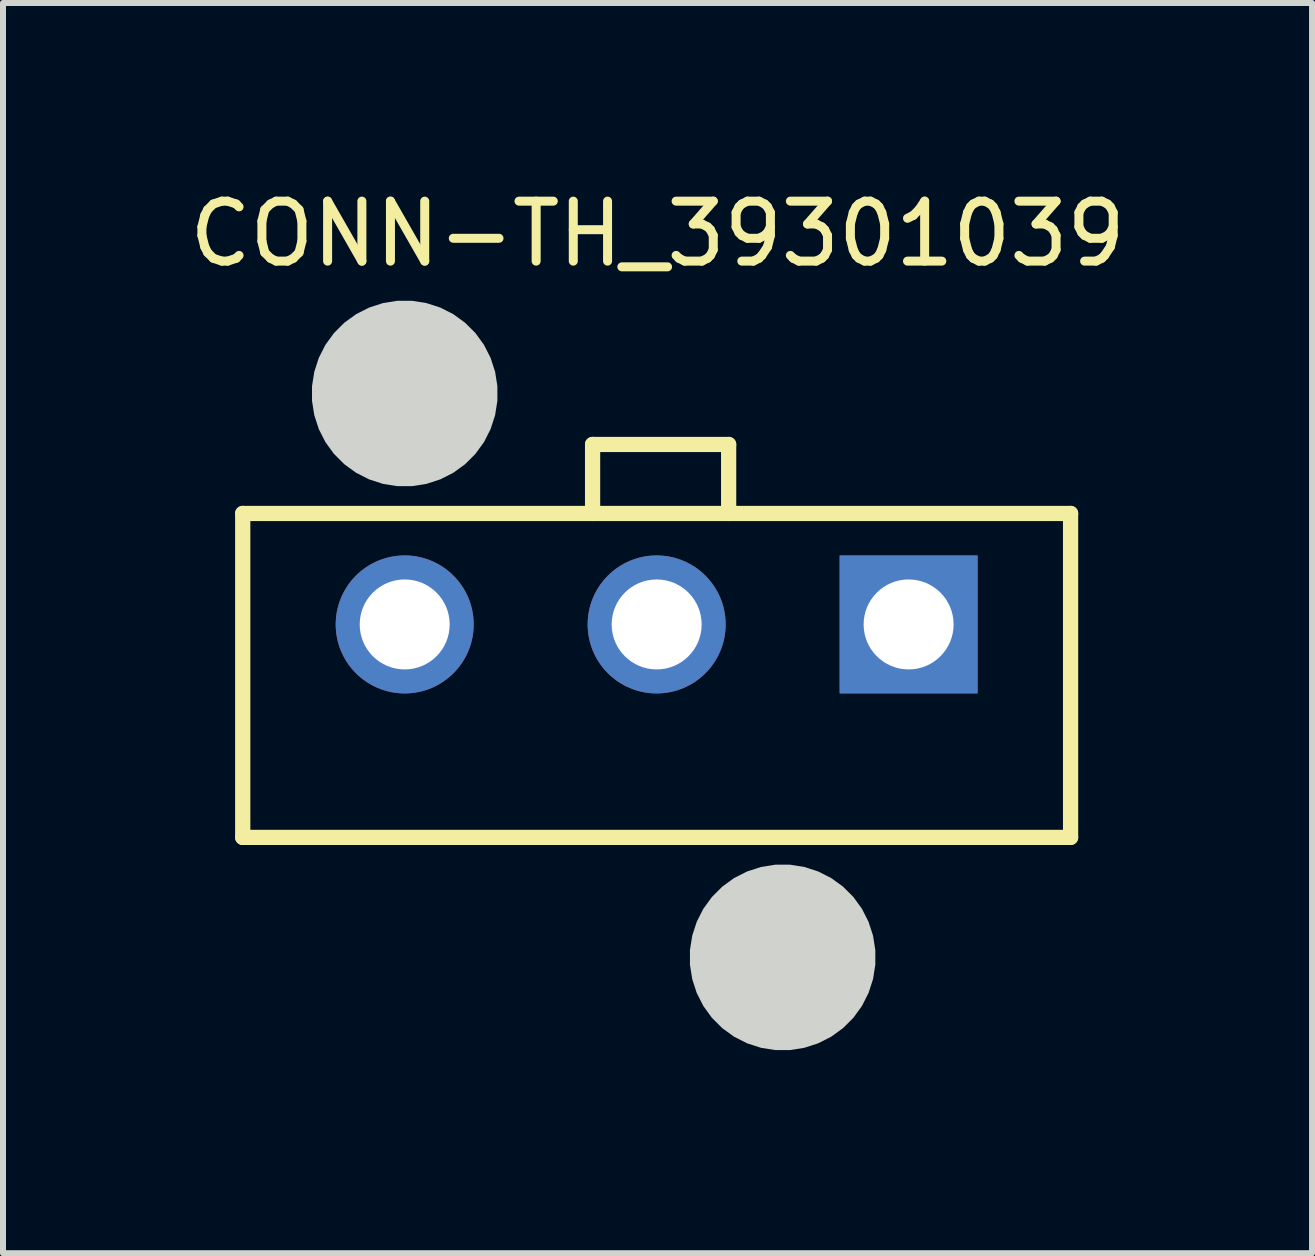
<source format=kicad_pcb>
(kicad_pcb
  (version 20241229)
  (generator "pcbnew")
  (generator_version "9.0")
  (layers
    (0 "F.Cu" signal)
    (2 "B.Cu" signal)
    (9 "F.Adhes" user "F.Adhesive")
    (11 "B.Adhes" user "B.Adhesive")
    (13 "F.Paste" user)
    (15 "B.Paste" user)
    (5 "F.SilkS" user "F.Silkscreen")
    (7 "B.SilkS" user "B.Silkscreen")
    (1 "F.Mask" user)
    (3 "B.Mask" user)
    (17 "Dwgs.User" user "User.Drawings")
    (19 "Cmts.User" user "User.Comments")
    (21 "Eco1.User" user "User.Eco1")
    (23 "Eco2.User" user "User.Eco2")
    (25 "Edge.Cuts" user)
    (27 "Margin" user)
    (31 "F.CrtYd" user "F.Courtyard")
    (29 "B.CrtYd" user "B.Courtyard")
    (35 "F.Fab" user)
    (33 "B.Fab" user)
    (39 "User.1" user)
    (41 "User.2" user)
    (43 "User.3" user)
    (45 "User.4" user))
  (footprint "CONN-TH_39301039"
    (layer "F.Cu")
    (at 7.896 7.359)
    (property "Reference" "CONN-TH_39301039" (at 0.015 -6.511 0) (layer "F.SilkS") (effects (font (size 1 1) (thickness 0.15))))
    (fp_line (start -6.9 -1.85) (end -6.9 3.55) (stroke (width 0.254) (type default)) (layer "F.SilkS"))
    (fp_line (start -6.9 -1.85) (end 6.9 -1.85) (stroke (width 0.254) (type default)) (layer "F.SilkS"))
    (fp_line (start -6.9 3.55) (end 6.9 3.55) (stroke (width 0.254) (type default)) (layer "F.SilkS"))
    (fp_line (start -1.068 -3) (end 1.2 -3) (stroke (width 0.254) (type default)) (layer "F.SilkS"))
    (fp_line (start -1.068 -1.85) (end -1.068 -3) (stroke (width 0.254) (type default)) (layer "F.SilkS"))
    (fp_line (start 1.2 -3) (end 1.2 -1.85) (stroke (width 0.254) (type default)) (layer "F.SilkS"))
    (fp_line (start 6.9 -1.85) (end 6.9 3.55) (stroke (width 0.254) (type default)) (layer "F.SilkS"))
    (fp_poly (pts (xy -2.655 -3.972) (xy -2.693 -4.212) (xy -2.768 -4.443) (xy -2.878 -4.66) (xy -3.021 -4.857) (xy -3.193 -5.029) (xy -3.39 -5.172) (xy -3.607 -5.282) (xy -3.838 -5.357) (xy -4.078 -5.395) (xy -4.322 -5.395) (xy -4.562 -5.357) (xy -4.793 -5.282) (xy -5.01 -5.172) (xy -5.207 -5.029) (xy -5.379 -4.857) (xy -5.522 -4.66) (xy -5.632 -4.443) (xy -5.707 -4.212) (xy -5.745 -3.972) (xy -5.745 -3.728) (xy -5.707 -3.488) (xy -5.632 -3.257) (xy -5.522 -3.04) (xy -5.379 -2.843) (xy -5.207 -2.671) (xy -5.01 -2.528) (xy -4.793 -2.418) (xy -4.562 -2.343) (xy -4.322 -2.305) (xy -4.078 -2.305) (xy -3.838 -2.343) (xy -3.607 -2.418) (xy -3.39 -2.528) (xy -3.193 -2.671) (xy -3.021 -2.843) (xy -2.878 -3.04) (xy -2.768 -3.257) (xy -2.693 -3.488) (xy -2.655 -3.728)) (stroke (width 0) (type default)) (fill yes) (layer "Edge.Cuts"))
    (fp_poly (pts (xy 3.645 5.428) (xy 3.607 5.188) (xy 3.532 4.957) (xy 3.422 4.74) (xy 3.279 4.543) (xy 3.107 4.371) (xy 2.91 4.228) (xy 2.693 4.118) (xy 2.462 4.043) (xy 2.222 4.005) (xy 1.978 4.005) (xy 1.738 4.043) (xy 1.507 4.118) (xy 1.29 4.228) (xy 1.093 4.371) (xy 0.921 4.543) (xy 0.778 4.74) (xy 0.668 4.957) (xy 0.593 5.188) (xy 0.555 5.428) (xy 0.555 5.672) (xy 0.593 5.912) (xy 0.668 6.143) (xy 0.778 6.36) (xy 0.921 6.557) (xy 1.093 6.729) (xy 1.29 6.872) (xy 1.507 6.982) (xy 1.738 7.057) (xy 1.978 7.095) (xy 2.222 7.095) (xy 2.462 7.057) (xy 2.693 6.982) (xy 2.91 6.872) (xy 3.107 6.729) (xy 3.279 6.557) (xy 3.422 6.36) (xy 3.532 6.143) (xy 3.607 5.912) (xy 3.645 5.672)) (stroke (width 0) (type default)) (fill yes) (layer "Edge.Cuts"))
    (fp_poly (pts (xy -3.553 -0.064) (xy -3.578 -0.189) (xy -3.627 -0.306) (xy -3.698 -0.412) (xy -3.788 -0.502) (xy -3.894 -0.573) (xy -4.011 -0.622) (xy -4.136 -0.647) (xy -4.264 -0.647) (xy -4.389 -0.622) (xy -4.506 -0.573) (xy -4.612 -0.502) (xy -4.702 -0.412) (xy -4.773 -0.306) (xy -4.822 -0.189) (xy -4.847 -0.064) (xy -4.847 0.064) (xy -4.822 0.189) (xy -4.773 0.306) (xy -4.702 0.412) (xy -4.612 0.502) (xy -4.506 0.573) (xy -4.389 0.622) (xy -4.264 0.647) (xy -4.136 0.647) (xy -4.011 0.622) (xy -3.894 0.573) (xy -3.788 0.502) (xy -3.698 0.412) (xy -3.627 0.306) (xy -3.578 0.189) (xy -3.553 0.064)) (stroke (width 0) (type default)) (fill yes) (layer "User.1"))
    (fp_poly (pts (xy 0.647 -0.064) (xy 0.622 -0.189) (xy 0.573 -0.306) (xy 0.502 -0.412) (xy 0.412 -0.502) (xy 0.306 -0.573) (xy 0.189 -0.622) (xy 0.064 -0.647) (xy -0.064 -0.647) (xy -0.189 -0.622) (xy -0.306 -0.573) (xy -0.412 -0.502) (xy -0.502 -0.412) (xy -0.573 -0.306) (xy -0.622 -0.189) (xy -0.647 -0.064) (xy -0.647 0.064) (xy -0.622 0.189) (xy -0.573 0.306) (xy -0.502 0.412) (xy -0.412 0.502) (xy -0.306 0.573) (xy -0.189 0.622) (xy -0.064 0.647) (xy 0.064 0.647) (xy 0.189 0.622) (xy 0.306 0.573) (xy 0.412 0.502) (xy 0.502 0.412) (xy 0.573 0.306) (xy 0.622 0.189) (xy 0.647 0.064)) (stroke (width 0) (type default)) (fill yes) (layer "User.1"))
    (fp_poly (pts (xy 4.847 -0.064) (xy 4.822 -0.189) (xy 4.773 -0.306) (xy 4.702 -0.412) (xy 4.612 -0.502) (xy 4.506 -0.573) (xy 4.389 -0.622) (xy 4.264 -0.647) (xy 4.136 -0.647) (xy 4.011 -0.622) (xy 3.894 -0.573) (xy 3.788 -0.502) (xy 3.698 -0.412) (xy 3.627 -0.306) (xy 3.578 -0.189) (xy 3.553 -0.064) (xy 3.553 0.064) (xy 3.578 0.189) (xy 3.627 0.306) (xy 3.698 0.412) (xy 3.788 0.502) (xy 3.894 0.573) (xy 4.011 0.622) (xy 4.136 0.647) (xy 4.264 0.647) (xy 4.389 0.622) (xy 4.506 0.573) (xy 4.612 0.502) (xy 4.702 0.412) (xy 4.773 0.306) (xy 4.822 0.189) (xy 4.847 0.064)) (stroke (width 0) (type default)) (fill yes) (layer "User.1"))
    (fp_poly (pts (xy -2.754 -3.964) (xy -2.79 -4.188) (xy -2.86 -4.405) (xy -2.964 -4.608) (xy -3.097 -4.792) (xy -3.258 -4.953) (xy -3.442 -5.086) (xy -3.645 -5.19) (xy -3.862 -5.26) (xy -4.086 -5.296) (xy -4.314 -5.296) (xy -4.538 -5.26) (xy -4.755 -5.19) (xy -4.958 -5.086) (xy -5.142 -4.953) (xy -5.303 -4.792) (xy -5.436 -4.608) (xy -5.54 -4.405) (xy -5.61 -4.188) (xy -5.646 -3.964) (xy -5.646 -3.736) (xy -5.61 -3.512) (xy -5.54 -3.295) (xy -5.436 -3.092) (xy -5.303 -2.908) (xy -5.142 -2.747) (xy -4.958 -2.614) (xy -4.755 -2.51) (xy -4.538 -2.44) (xy -4.314 -2.404) (xy -4.086 -2.404) (xy -3.862 -2.44) (xy -3.645 -2.51) (xy -3.442 -2.614) (xy -3.258 -2.747) (xy -3.097 -2.908) (xy -2.964 -3.092) (xy -2.86 -3.295) (xy -2.79 -3.512) (xy -2.754 -3.736)) (stroke (width 0) (type default)) (fill yes) (layer "User.1"))
    (fp_poly (pts (xy 3.546 5.436) (xy 3.51 5.212) (xy 3.44 4.995) (xy 3.336 4.792) (xy 3.203 4.608) (xy 3.042 4.447) (xy 2.858 4.314) (xy 2.655 4.21) (xy 2.438 4.14) (xy 2.214 4.104) (xy 1.986 4.104) (xy 1.762 4.14) (xy 1.545 4.21) (xy 1.342 4.314) (xy 1.158 4.447) (xy 0.997 4.608) (xy 0.864 4.792) (xy 0.76 4.995) (xy 0.69 5.212) (xy 0.654 5.436) (xy 0.654 5.664) (xy 0.69 5.888) (xy 0.76 6.105) (xy 0.864 6.308) (xy 0.997 6.492) (xy 1.158 6.653) (xy 1.342 6.786) (xy 1.545 6.89) (xy 1.762 6.96) (xy 1.986 6.996) (xy 2.214 6.996) (xy 2.438 6.96) (xy 2.655 6.89) (xy 2.858 6.786) (xy 3.042 6.653) (xy 3.203 6.492) (xy 3.336 6.308) (xy 3.44 6.105) (xy 3.51 5.888) (xy 3.546 5.664)) (stroke (width 0) (type default)) (fill yes) (layer "User.1"))
    (fp_line (start -7.027 -5.755) (end 7.027 -5.755) (stroke (width 0.051) (type default)) (layer "User.2"))
    (fp_line (start -7.027 7.455) (end -7.027 -5.755) (stroke (width 0.051) (type default)) (layer "User.2"))
    (fp_line (start 7.027 -5.755) (end 7.027 7.455) (stroke (width 0.051) (type default)) (layer "User.2"))
    (fp_line (start 7.027 7.455) (end -7.027 7.455) (stroke (width 0.051) (type default)) (layer "User.2"))
    (fp_poly (pts (xy 7.082 -5.778) (xy 7.05 -5.811) (xy 7.004 -5.811) (xy 6.972 -5.778) (xy 6.972 -5.733) (xy 7.004 -5.7) (xy 7.05 -5.7) (xy 7.082 -5.733)) (stroke (width 0) (type default)) (fill yes) (layer "User.3"))
    (pad "1" thru_hole rect (at 4.2 0) (size 2.3 2.3) (drill 1.5) (layers "*.Cu" "*.Mask"))
    (pad "2" thru_hole circle (at 0 0) (size 2.3 2.3) (drill 1.5) (layers "*.Cu" "*.Mask"))
    (pad "3" thru_hole circle (at -4.2 0) (size 2.3 2.3) (drill 1.5) (layers "*.Cu" "*.Mask")))
  (gr_rect
    (start -3 -3)
    (end 18.821 17.84)
    (stroke (width 0.1) (type default))
    (fill no)
    (layer "Edge.Cuts")))
</source>
